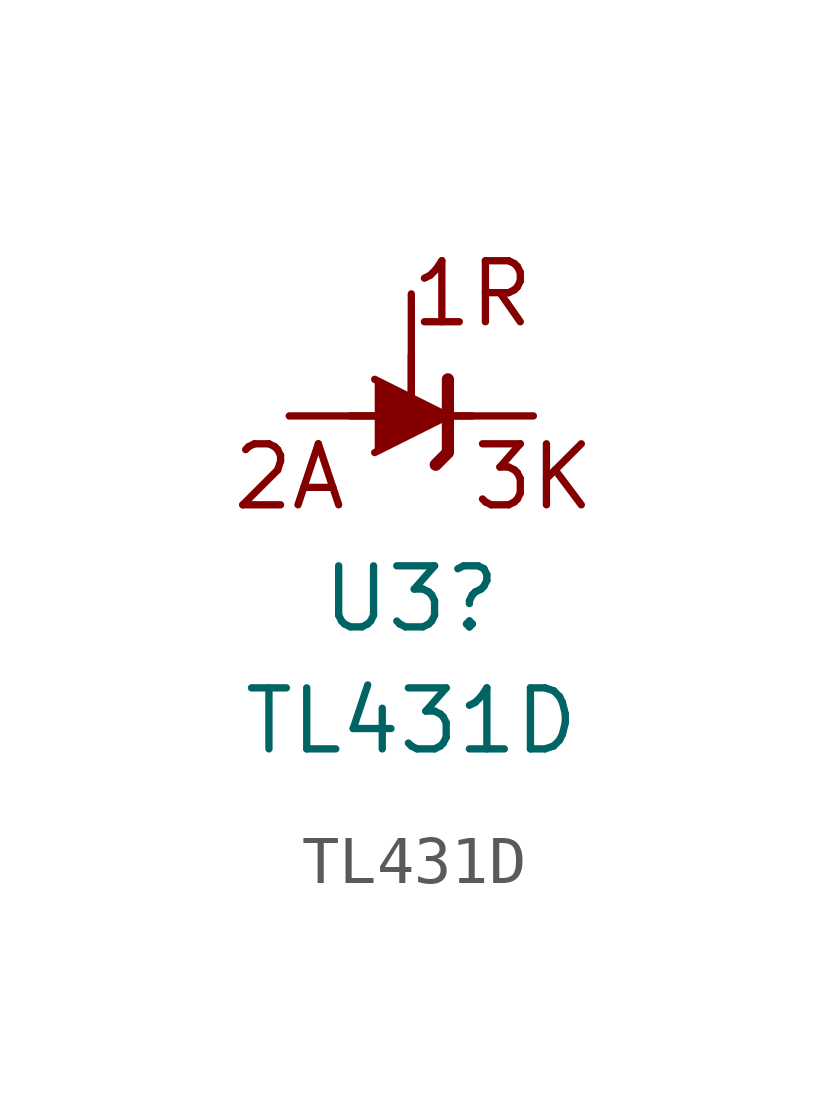
<source format=kicad_sym>
(kicad_symbol_lib
  (version 20211014)
  (generator kicad_symbol_editor)
  (symbol "TL431D"
    (pin_numbers hide)
    (pin_names hide)
    (property "Reference" "U3"
      (at 0 -3.81 0)
      (effects (font (size 1.27 1.27))))
    (property "Value" "TL431D"
      (at 0 -6.35 0)
      (effects (font (size 1.27 1.27))))
    (symbol "TL431D_0_0"
      (text "1R" (at 1.27 2.54 0) (effects (font (size 1.27 1.27))))
      (text "2A" (at -2.54 -1.27 0) (effects (font (size 1.27 1.27))))
      (text "3K" (at 2.54 -1.27 0) (effects (font (size 1.27 1.27)))))
    (symbol "TL431D_0_1"
      (polyline (pts (xy -1.27 0) (xy 0 0) (xy 1.27 0)) (stroke (width 0) (type default) (color 0 0 0 0)) (fill (type none)))
      (polyline (pts (xy -0.762 0.762) (xy 0.762 0) (xy -0.762 -0.762)) (stroke (width 0) (type default) (color 0 0 0 0)) (fill (type outline)))
      (polyline (pts (xy 0.508 -1.016) (xy 0.762 -0.762) (xy 0.762 0.762) (xy 0.762 0.762)) (stroke (width 0.254) (type default) (color 0 0 0 0)) (fill (type none))))
    (symbol "TL431D_1_1"
      (polyline (pts (xy 0 1.27) (xy 0 0)) (stroke (width 0) (type default) (color 0 0 0 0)) (fill (type none)))
      (pin passive line (at 2.54 0 180) (length 2.54) (name "K" (effects (font (size 1.27 1.27)))) (number "1" (effects (font (size 1.27 1.27)))))
      (pin passive line (at -2.54 0 0) (length 2.54) (name "A" (effects (font (size 1.27 1.27)))) (number "2" (effects (font (size 1.27 1.27)))))
      (pin passive line (at -2.54 0 0) (length 2.54) hide (name "A" (effects (font (size 1.27 1.27)))) (number "3" (effects (font (size 1.27 1.27)))))
      (pin passive line (at -2.54 0 0) (length 2.54) hide (name "A" (effects (font (size 1.27 1.27)))) (number "6" (effects (font (size 1.27 1.27)))))
      (pin passive line (at -2.54 0 0) (length 2.54) hide (name "A" (effects (font (size 1.27 1.27)))) (number "7" (effects (font (size 1.27 1.27)))))
      (pin passive line (at 0 2.54 270) (length 2.54) (name "REF" (effects (font (size 1.27 1.27)))) (number "8" (effects (font (size 1.27 1.27))))))))
</source>
